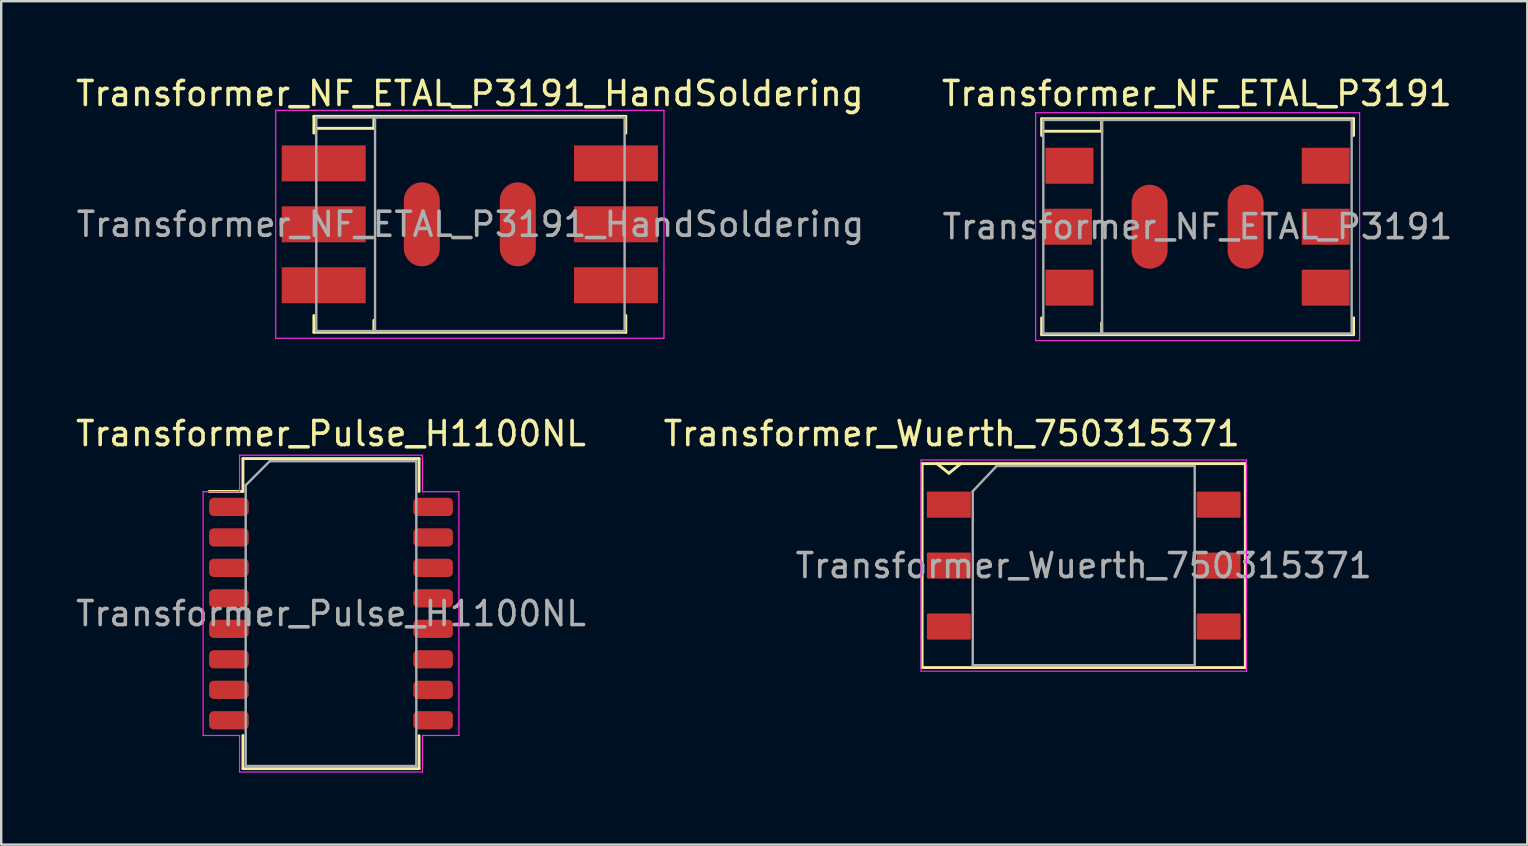
<source format=kicad_pcb>
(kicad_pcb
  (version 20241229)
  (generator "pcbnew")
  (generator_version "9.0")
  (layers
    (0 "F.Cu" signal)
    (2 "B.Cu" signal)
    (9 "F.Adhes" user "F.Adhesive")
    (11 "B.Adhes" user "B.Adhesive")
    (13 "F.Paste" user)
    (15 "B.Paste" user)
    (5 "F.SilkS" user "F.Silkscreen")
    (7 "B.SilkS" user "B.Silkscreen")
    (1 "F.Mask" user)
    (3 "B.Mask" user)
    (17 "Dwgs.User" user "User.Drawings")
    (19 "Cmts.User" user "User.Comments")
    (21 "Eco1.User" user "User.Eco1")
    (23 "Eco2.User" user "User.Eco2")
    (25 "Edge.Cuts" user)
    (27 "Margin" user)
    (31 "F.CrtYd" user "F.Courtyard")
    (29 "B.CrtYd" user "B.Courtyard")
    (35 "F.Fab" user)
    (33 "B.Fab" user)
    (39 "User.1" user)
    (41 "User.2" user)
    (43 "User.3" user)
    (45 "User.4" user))
  (footprint "Transformer_Wuerth_750315371"
    (layer "F.Cu")
    (at 42.113 20.521)
    (property "Reference" "Transformer_Wuerth_750315371" (at -5.5 -5.5 0) (layer "F.SilkS") (effects (font (size 1 1) (thickness 0.15))))
    (attr smd)
    (fp_line (start -6.735 -4.25) (end 6.735 -4.25) (stroke (width 0.12) (type solid)) (layer "F.SilkS"))
    (fp_line (start -6.735 4.25) (end -6.735 -4.25) (stroke (width 0.12) (type solid)) (layer "F.SilkS"))
    (fp_line (start -6.12 -4.25) (end -5.62 -3.85) (stroke (width 0.12) (type solid)) (layer "F.SilkS"))
    (fp_line (start -5.62 -3.85) (end -5.12 -4.25) (stroke (width 0.12) (type solid)) (layer "F.SilkS"))
    (fp_line (start 6.735 -4.25) (end 6.735 4.25) (stroke (width 0.12) (type solid)) (layer "F.SilkS"))
    (fp_line (start 6.735 4.25) (end -6.735 4.25) (stroke (width 0.12) (type solid)) (layer "F.SilkS"))
    (fp_line (start -6.78 -4.4) (end 6.78 -4.4) (stroke (width 0.05) (type solid)) (layer "F.CrtYd"))
    (fp_line (start -6.78 4.4) (end -6.78 -4.4) (stroke (width 0.05) (type solid)) (layer "F.CrtYd"))
    (fp_line (start 6.78 -4.4) (end 6.78 4.4) (stroke (width 0.05) (type solid)) (layer "F.CrtYd"))
    (fp_line (start 6.78 4.4) (end -6.78 4.4) (stroke (width 0.05) (type solid)) (layer "F.CrtYd"))
    (fp_line (start -4.625 -3.1) (end -3.63 -4.15) (stroke (width 0.1) (type solid)) (layer "F.Fab"))
    (fp_line (start -4.625 4.15) (end -4.625 -3.1) (stroke (width 0.1) (type solid)) (layer "F.Fab"))
    (fp_line (start -3.63 -4.15) (end 4.625 -4.15) (stroke (width 0.1) (type solid)) (layer "F.Fab"))
    (fp_line (start 4.625 -4.15) (end 4.625 4.15) (stroke (width 0.1) (type solid)) (layer "F.Fab"))
    (fp_line (start 4.625 4.15) (end -4.625 4.15) (stroke (width 0.1) (type solid)) (layer "F.Fab"))
    (fp_text user "${REFERENCE}" (at 0 0 0) (layer "F.Fab") (effects (font (size 1 1) (thickness 0.15))))
    (pad "1" smd rect (at -5.62 -2.54) (size 1.83 1.09) (layers "F.Cu" "F.Mask" "F.Paste"))
    (pad "2" smd roundrect (at -5.62 0) (size 1.83 1.09) (layers "F.Cu" "F.Mask" "F.Paste") (roundrect_rratio 0.05))
    (pad "3" smd roundrect (at -5.62 2.54) (size 1.83 1.09) (layers "F.Cu" "F.Mask" "F.Paste") (roundrect_rratio 0.05))
    (pad "4" smd roundrect (at 5.62 2.54) (size 1.83 1.09) (layers "F.Cu" "F.Mask" "F.Paste") (roundrect_rratio 0.05))
    (pad "5" smd roundrect (at 5.62 0) (size 1.83 1.09) (layers "F.Cu" "F.Mask" "F.Paste") (roundrect_rratio 0.05))
    (pad "6" smd roundrect (at 5.62 -2.54) (size 1.83 1.09) (layers "F.Cu" "F.Mask" "F.Paste") (roundrect_rratio 0.05)))
  (footprint "Transformer_Pulse_H1100NL"
    (layer "F.Cu")
    (at 10.744 22.521)
    (property "Reference" "Transformer_Pulse_H1100NL" (at 0 -7.5 0) (layer "F.SilkS") (effects (font (size 1 1) (thickness 0.15))))
    (attr smd)
    (fp_line (start -3.67 -6.46) (end -3.67 -5.09) (stroke (width 0.12) (type solid)) (layer "F.SilkS"))
    (fp_line (start -3.67 -5.09) (end -5.075 -5.09) (stroke (width 0.12) (type solid)) (layer "F.SilkS"))
    (fp_line (start -3.67 6.46) (end -3.67 5.08) (stroke (width 0.12) (type solid)) (layer "F.SilkS"))
    (fp_line (start 3.67 -6.46) (end -3.67 -6.46) (stroke (width 0.12) (type solid)) (layer "F.SilkS"))
    (fp_line (start 3.67 -5.09) (end 3.67 -6.46) (stroke (width 0.12) (type solid)) (layer "F.SilkS"))
    (fp_line (start 3.67 6.46) (end -3.67 6.46) (stroke (width 0.12) (type solid)) (layer "F.SilkS"))
    (fp_line (start 3.67 6.46) (end 3.67 5.09) (stroke (width 0.12) (type solid)) (layer "F.SilkS"))
    (fp_line (start -5.33 -5.08) (end -3.81 -5.08) (stroke (width 0.05) (type solid)) (layer "F.CrtYd"))
    (fp_line (start -5.33 5.08) (end -5.33 -5.08) (stroke (width 0.05) (type solid)) (layer "F.CrtYd"))
    (fp_line (start -5.33 5.08) (end -3.81 5.08) (stroke (width 0.05) (type solid)) (layer "F.CrtYd"))
    (fp_line (start -3.81 -6.6) (end -3.81 -5.08) (stroke (width 0.05) (type solid)) (layer "F.CrtYd"))
    (fp_line (start -3.81 -6.6) (end 3.81 -6.6) (stroke (width 0.05) (type solid)) (layer "F.CrtYd"))
    (fp_line (start -3.81 6.6) (end -3.81 5.08) (stroke (width 0.05) (type solid)) (layer "F.CrtYd"))
    (fp_line (start -3.81 6.6) (end 3.81 6.6) (stroke (width 0.05) (type solid)) (layer "F.CrtYd"))
    (fp_line (start 3.81 -6.6) (end 3.81 -5.08) (stroke (width 0.05) (type solid)) (layer "F.CrtYd"))
    (fp_line (start 3.81 6.6) (end 3.81 5.08) (stroke (width 0.05) (type solid)) (layer "F.CrtYd"))
    (fp_line (start 5.33 -5.08) (end 3.81 -5.08) (stroke (width 0.05) (type solid)) (layer "F.CrtYd"))
    (fp_line (start 5.33 -5.08) (end 5.33 5.08) (stroke (width 0.05) (type solid)) (layer "F.CrtYd"))
    (fp_line (start 5.33 5.08) (end 3.81 5.08) (stroke (width 0.05) (type solid)) (layer "F.CrtYd"))
    (fp_line (start -3.555 -5.35) (end -3.555 6.35) (stroke (width 0.1) (type solid)) (layer "F.Fab"))
    (fp_line (start -3.555 -5.35) (end -2.555 -6.35) (stroke (width 0.1) (type solid)) (layer "F.Fab"))
    (fp_line (start -3.555 6.35) (end 3.555 6.35) (stroke (width 0.1) (type solid)) (layer "F.Fab"))
    (fp_line (start -2.555 -6.35) (end 3.555 -6.35) (stroke (width 0.1) (type solid)) (layer "F.Fab"))
    (fp_line (start 3.555 -6.35) (end 3.555 6.35) (stroke (width 0.1) (type solid)) (layer "F.Fab"))
    (fp_text user "${REFERENCE}" (at 0 0 0) (layer "F.Fab") (effects (font (size 1 1) (thickness 0.15))))
    (pad "1" smd roundrect (at -4.255 -4.445) (size 1.65 0.76) (layers "F.Cu" "F.Mask" "F.Paste") (roundrect_rratio 0.25))
    (pad "2" smd roundrect (at -4.255 -3.175) (size 1.65 0.76) (layers "F.Cu" "F.Mask" "F.Paste") (roundrect_rratio 0.25))
    (pad "3" smd roundrect (at -4.255 -1.905) (size 1.65 0.76) (layers "F.Cu" "F.Mask" "F.Paste") (roundrect_rratio 0.25))
    (pad "4" smd roundrect (at -4.255 -0.635) (size 1.65 0.76) (layers "F.Cu" "F.Mask" "F.Paste") (roundrect_rratio 0.25))
    (pad "5" smd roundrect (at -4.255 0.635) (size 1.65 0.76) (layers "F.Cu" "F.Mask" "F.Paste") (roundrect_rratio 0.25))
    (pad "6" smd roundrect (at -4.255 1.905) (size 1.65 0.76) (layers "F.Cu" "F.Mask" "F.Paste") (roundrect_rratio 0.25))
    (pad "7" smd roundrect (at -4.255 3.175) (size 1.65 0.76) (layers "F.Cu" "F.Mask" "F.Paste") (roundrect_rratio 0.25))
    (pad "8" smd roundrect (at -4.255 4.445) (size 1.65 0.76) (layers "F.Cu" "F.Mask" "F.Paste") (roundrect_rratio 0.25))
    (pad "9" smd roundrect (at 4.255 4.445) (size 1.65 0.76) (layers "F.Cu" "F.Mask" "F.Paste") (roundrect_rratio 0.25))
    (pad "10" smd roundrect (at 4.255 3.175) (size 1.65 0.76) (layers "F.Cu" "F.Mask" "F.Paste") (roundrect_rratio 0.25))
    (pad "11" smd roundrect (at 4.255 1.905) (size 1.65 0.76) (layers "F.Cu" "F.Mask" "F.Paste") (roundrect_rratio 0.25))
    (pad "12" smd roundrect (at 4.255 0.635) (size 1.65 0.76) (layers "F.Cu" "F.Mask" "F.Paste") (roundrect_rratio 0.25))
    (pad "13" smd roundrect (at 4.255 -0.635) (size 1.65 0.76) (layers "F.Cu" "F.Mask" "F.Paste") (roundrect_rratio 0.25))
    (pad "14" smd roundrect (at 4.255 -1.905) (size 1.65 0.76) (layers "F.Cu" "F.Mask" "F.Paste") (roundrect_rratio 0.25))
    (pad "15" smd roundrect (at 4.255 -3.175) (size 1.65 0.76) (layers "F.Cu" "F.Mask" "F.Paste") (roundrect_rratio 0.25))
    (pad "16" smd roundrect (at 4.255 -4.445) (size 1.65 0.76) (layers "F.Cu" "F.Mask" "F.Paste") (roundrect_rratio 0.25)))
  (footprint "Transformer_NF_ETAL_P3191_HandSoldering"
    (layer "F.Cu")
    (at 16.53 6.298)
    (property "Reference" "Transformer_NF_ETAL_P3191_HandSoldering" (at 0 -5.45 0) (layer "F.SilkS") (effects (font (size 1 1) (thickness 0.15))))
    (attr smd)
    (fp_line (start -6.5 -4.5) (end -6.5 -3.8) (stroke (width 0.12) (type solid)) (layer "F.SilkS"))
    (fp_line (start -6.5 3.8) (end -6.5 4.5) (stroke (width 0.12) (type solid)) (layer "F.SilkS"))
    (fp_line (start -6.5 4.5) (end 6.5 4.5) (stroke (width 0.12) (type solid)) (layer "F.SilkS"))
    (fp_line (start -4 -4.5) (end -4 -4) (stroke (width 0.12) (type solid)) (layer "F.SilkS"))
    (fp_line (start -4 -4) (end -6.42 -4) (stroke (width 0.12) (type solid)) (layer "F.SilkS"))
    (fp_line (start -4 4.5) (end -4 4) (stroke (width 0.12) (type solid)) (layer "F.SilkS"))
    (fp_line (start 6.5 -4.5) (end -6.5 -4.5) (stroke (width 0.12) (type solid)) (layer "F.SilkS"))
    (fp_line (start 6.5 -4.5) (end 6.5 -3.8) (stroke (width 0.12) (type solid)) (layer "F.SilkS"))
    (fp_line (start 6.5 3.8) (end 6.5 4.5) (stroke (width 0.12) (type solid)) (layer "F.SilkS"))
    (fp_line (start -8.09 -4.75) (end -8.09 4.75) (stroke (width 0.05) (type solid)) (layer "F.CrtYd"))
    (fp_line (start -8.09 -4.75) (end 8.09 -4.75) (stroke (width 0.05) (type solid)) (layer "F.CrtYd"))
    (fp_line (start 8.09 4.75) (end -8.09 4.75) (stroke (width 0.05) (type solid)) (layer "F.CrtYd"))
    (fp_line (start 8.09 4.75) (end 8.09 -4.75) (stroke (width 0.05) (type solid)) (layer "F.CrtYd"))
    (fp_line (start -6.4 -4.45) (end -6.4 4.45) (stroke (width 0.1) (type solid)) (layer "F.Fab"))
    (fp_line (start -6.4 4.45) (end 6.45 4.45) (stroke (width 0.1) (type solid)) (layer "F.Fab"))
    (fp_line (start -3.95 -4.45) (end -3.95 4.45) (stroke (width 0.1) (type solid)) (layer "F.Fab"))
    (fp_line (start 6.45 -4.45) (end -6.4 -4.45) (stroke (width 0.1) (type solid)) (layer "F.Fab"))
    (fp_line (start 6.45 4.45) (end 6.45 -4.45) (stroke (width 0.1) (type solid)) (layer "F.Fab"))
    (fp_text user "${REFERENCE}" (at 0.025 0 0) (layer "F.Fab") (effects (font (size 1 1) (thickness 0.15))))
    (pad "1" smd rect (at -6.09 -2.54) (size 3.5 1.5) (layers "F.Cu" "F.Mask" "F.Paste"))
    (pad "2" smd rect (at -6.09 0) (size 3.5 1.5) (layers "F.Cu" "F.Mask" "F.Paste"))
    (pad "2" smd rect (at -6.09 2.54) (size 3.5 1.5) (layers "F.Cu" "F.Mask" "F.Paste"))
    (pad "3" smd rect (at 6.09 2.54) (size 3.5 1.5) (layers "F.Cu" "F.Mask" "F.Paste"))
    (pad "4" smd rect (at 6.09 0) (size 3.5 1.5) (layers "F.Cu" "F.Mask" "F.Paste"))
    (pad "5" smd rect (at 6.09 -2.54) (size 3.5 1.5) (layers "F.Cu" "F.Mask" "F.Paste"))
    (pad "7" smd oval (at -2 0 90) (size 3.5 1.5) (layers "F.Cu" "F.Mask" "F.Paste"))
    (pad "7" smd oval (at 2 0 90) (size 3.5 1.5) (layers "F.Cu" "F.Mask" "F.Paste")))
  (footprint "Transformer_NF_ETAL_P3191"
    (layer "F.Cu")
    (at 46.829 6.398)
    (property "Reference" "Transformer_NF_ETAL_P3191" (at 0 -5.55 0) (layer "F.SilkS") (effects (font (size 1 1) (thickness 0.15))))
    (attr smd)
    (fp_line (start -6.47 -4.5) (end -6.47 -3.8) (stroke (width 0.12) (type solid)) (layer "F.SilkS"))
    (fp_line (start -6.47 3.8) (end -6.47 4.5) (stroke (width 0.12) (type solid)) (layer "F.SilkS"))
    (fp_line (start -6.47 4.5) (end 6.53 4.5) (stroke (width 0.12) (type solid)) (layer "F.SilkS"))
    (fp_line (start -3.97 -4.5) (end -3.97 -4) (stroke (width 0.12) (type solid)) (layer "F.SilkS"))
    (fp_line (start -3.97 4.5) (end -3.97 4) (stroke (width 0.12) (type solid)) (layer "F.SilkS"))
    (fp_line (start -3.96 -3.98) (end -6.39 -3.98) (stroke (width 0.12) (type solid)) (layer "F.SilkS"))
    (fp_line (start 6.53 -4.5) (end -6.47 -4.5) (stroke (width 0.12) (type solid)) (layer "F.SilkS"))
    (fp_line (start 6.53 -4.5) (end 6.53 -3.8) (stroke (width 0.12) (type solid)) (layer "F.SilkS"))
    (fp_line (start 6.53 3.8) (end 6.53 4.5) (stroke (width 0.12) (type solid)) (layer "F.SilkS"))
    (fp_line (start -6.72 -4.75) (end -6.72 4.75) (stroke (width 0.05) (type solid)) (layer "F.CrtYd"))
    (fp_line (start -6.72 -4.75) (end 6.78 -4.75) (stroke (width 0.05) (type solid)) (layer "F.CrtYd"))
    (fp_line (start 6.78 4.75) (end -6.72 4.75) (stroke (width 0.05) (type solid)) (layer "F.CrtYd"))
    (fp_line (start 6.78 4.75) (end 6.78 -4.75) (stroke (width 0.05) (type solid)) (layer "F.CrtYd"))
    (fp_line (start -6.4 -4.45) (end -6.4 4.45) (stroke (width 0.1) (type solid)) (layer "F.Fab"))
    (fp_line (start -6.4 4.45) (end 6.45 4.45) (stroke (width 0.1) (type solid)) (layer "F.Fab"))
    (fp_line (start -3.95 -4.45) (end -3.95 4.45) (stroke (width 0.1) (type solid)) (layer "F.Fab"))
    (fp_line (start 6.45 -4.45) (end -6.4 -4.45) (stroke (width 0.1) (type solid)) (layer "F.Fab"))
    (fp_line (start 6.45 4.45) (end 6.45 -4.45) (stroke (width 0.1) (type solid)) (layer "F.Fab"))
    (fp_text user "${REFERENCE}" (at 0.025 0 0) (layer "F.Fab") (effects (font (size 1 1) (thickness 0.15))))
    (pad "1" smd rect (at -5.31 -2.54) (size 2 1.5) (layers "F.Cu" "F.Mask" "F.Paste"))
    (pad "2" smd rect (at -5.37 0) (size 2 1.5) (layers "F.Cu" "F.Mask" "F.Paste"))
    (pad "2" smd rect (at -5.31 2.54) (size 2 1.5) (layers "F.Cu" "F.Mask" "F.Paste"))
    (pad "3" smd rect (at 5.37 2.54) (size 2 1.5) (layers "F.Cu" "F.Mask" "F.Paste"))
    (pad "4" smd rect (at 5.37 0) (size 2 1.5) (layers "F.Cu" "F.Mask" "F.Paste"))
    (pad "5" smd rect (at 5.37 -2.54) (size 2 1.5) (layers "F.Cu" "F.Mask" "F.Paste"))
    (pad "7" smd oval (at -1.97 0 90) (size 3.5 1.5) (layers "F.Cu" "F.Mask" "F.Paste"))
    (pad "7" smd oval (at 2.03 0 90) (size 3.5 1.5) (layers "F.Cu" "F.Mask" "F.Paste")))
  (gr_rect
    (start -3 -3)
    (end 60.598 32.147)
    (stroke (width 0.1) (type default))
    (fill no)
    (layer "Edge.Cuts")))
</source>
